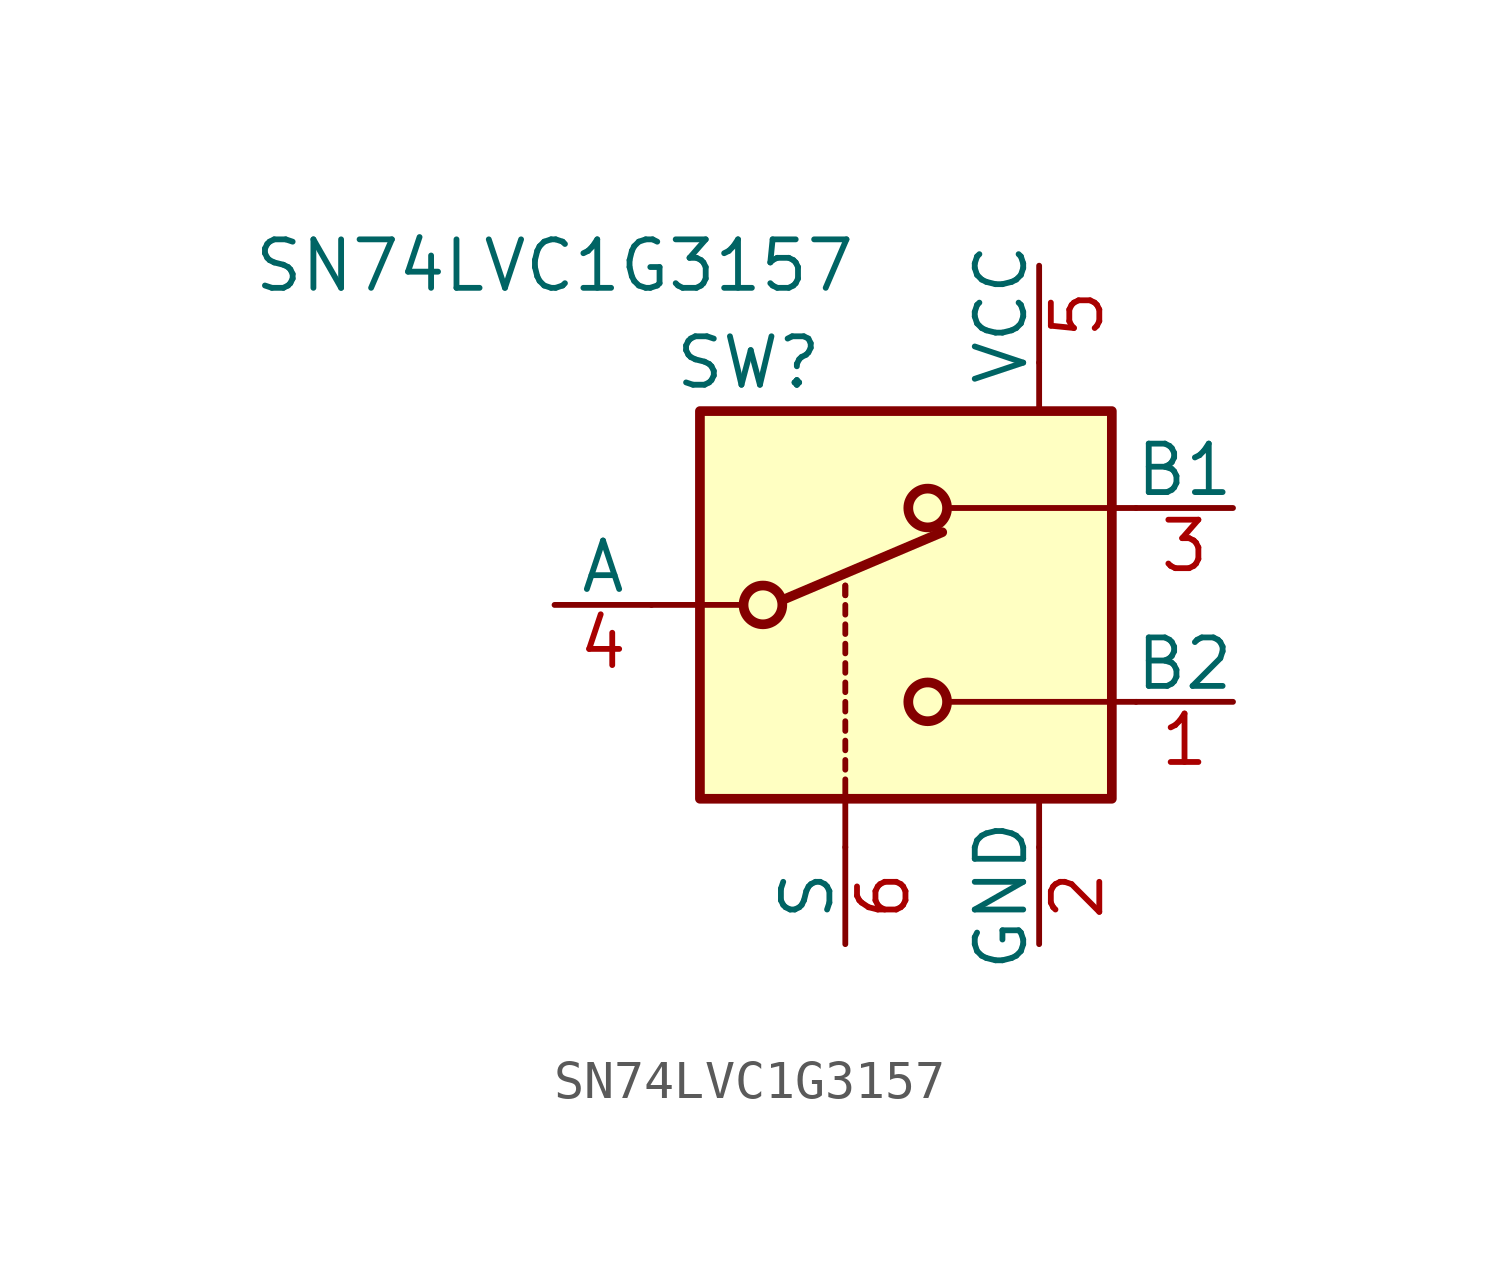
<source format=kicad_sym>
(kicad_symbol_lib
  (version 20220914)
  (generator kicad_symbol_editor)
  (symbol "SN74LVC1G3157"
    (pin_names
      (offset 0))
    (property "Reference" "SW"
      (at -2.54 6.35 0)
      (effects (font (size 1.27 1.27))))
    (property "Value" "SN74LVC1G3157"
      (at -7.62 8.89 0)
      (effects (font (size 1.27 1.27))))
    (symbol "SN74LVC1G3157_1_1"
      (rectangle (start -3.81 5.08) (end 6.985 -5.08) (stroke (width 0.254) (type default)) (fill (type background)))
      (circle (center -2.159 0) (radius 0.508) (stroke (width 0.254) (type default)) (fill (type none)))
      (polyline (pts (xy -5.08 0) (xy -2.794 0)) (stroke (width 0) (type default)) (fill (type none)))
      (polyline (pts (xy -1.651 0.127) (xy 2.54 1.905)) (stroke (width 0.254) (type default)) (fill (type none)))
      (polyline (pts (xy 0 -6.35) (xy 0 -4.572)) (stroke (width 0) (type default)) (fill (type none)))
      (polyline (pts (xy 0 -4.318) (xy 0 -4.064)) (stroke (width 0) (type default)) (fill (type none)))
      (polyline (pts (xy 0 -3.81) (xy 0 -3.556)) (stroke (width 0) (type default)) (fill (type none)))
      (polyline (pts (xy 0 -3.302) (xy 0 -3.048)) (stroke (width 0) (type default)) (fill (type none)))
      (polyline (pts (xy 0 -2.794) (xy 0 -2.54)) (stroke (width 0) (type default)) (fill (type none)))
      (polyline (pts (xy 0 -2.286) (xy 0 -2.032)) (stroke (width 0) (type default)) (fill (type none)))
      (polyline (pts (xy 0 -1.778) (xy 0 -1.524)) (stroke (width 0) (type default)) (fill (type none)))
      (polyline (pts (xy 0 -1.27) (xy 0 -1.016)) (stroke (width 0) (type default)) (fill (type none)))
      (polyline (pts (xy 0 -0.762) (xy 0 -0.508)) (stroke (width 0) (type default)) (fill (type none)))
      (polyline (pts (xy 0 -0.254) (xy 0 0)) (stroke (width 0) (type default)) (fill (type none)))
      (polyline (pts (xy 0 0.254) (xy 0 0.508)) (stroke (width 0) (type default)) (fill (type none)))
      (polyline (pts (xy 0 0.254) (xy 0 0.508)) (stroke (width 0) (type default)) (fill (type none)))
      (polyline (pts (xy 5.08 -6.35) (xy 5.08 -5.08)) (stroke (width 0) (type default)) (fill (type none)))
      (polyline (pts (xy 5.08 5.08) (xy 5.08 6.35)) (stroke (width 0) (type default)) (fill (type none)))
      (polyline (pts (xy 7.62 -2.54) (xy 2.794 -2.54)) (stroke (width 0) (type default)) (fill (type none)))
      (polyline (pts (xy 7.62 2.54) (xy 2.794 2.54)) (stroke (width 0) (type default)) (fill (type none)))
      (circle (center 2.159 -2.54) (radius 0.508) (stroke (width 0.254) (type default)) (fill (type none)))
      (circle (center 2.159 2.54) (radius 0.508) (stroke (width 0.254) (type default)) (fill (type none)))
      (pin passive line (at 10.16 -2.54 180) (length 2.54) (name "B2" (effects (font (size 1.27 1.27)))) (number "1" (effects (font (size 1.27 1.27)))))
      (pin input line (at 5.08 -8.89 90) (length 2.54) (name "GND" (effects (font (size 1.27 1.27)))) (number "2" (effects (font (size 1.27 1.27)))))
      (pin passive line (at 10.16 2.54 180) (length 2.54) (name "B1" (effects (font (size 1.27 1.27)))) (number "3" (effects (font (size 1.27 1.27)))))
      (pin passive line (at -7.62 0 0) (length 2.54) (name "A" (effects (font (size 1.27 1.27)))) (number "4" (effects (font (size 1.27 1.27)))))
      (pin input line (at 5.08 8.89 270) (length 2.54) (name "VCC" (effects (font (size 1.27 1.27)))) (number "5" (effects (font (size 1.27 1.27)))))
      (pin input line (at 0 -8.89 90) (length 2.54) (name "S" (effects (font (size 1.27 1.27)))) (number "6" (effects (font (size 1.27 1.27))))))))
</source>
